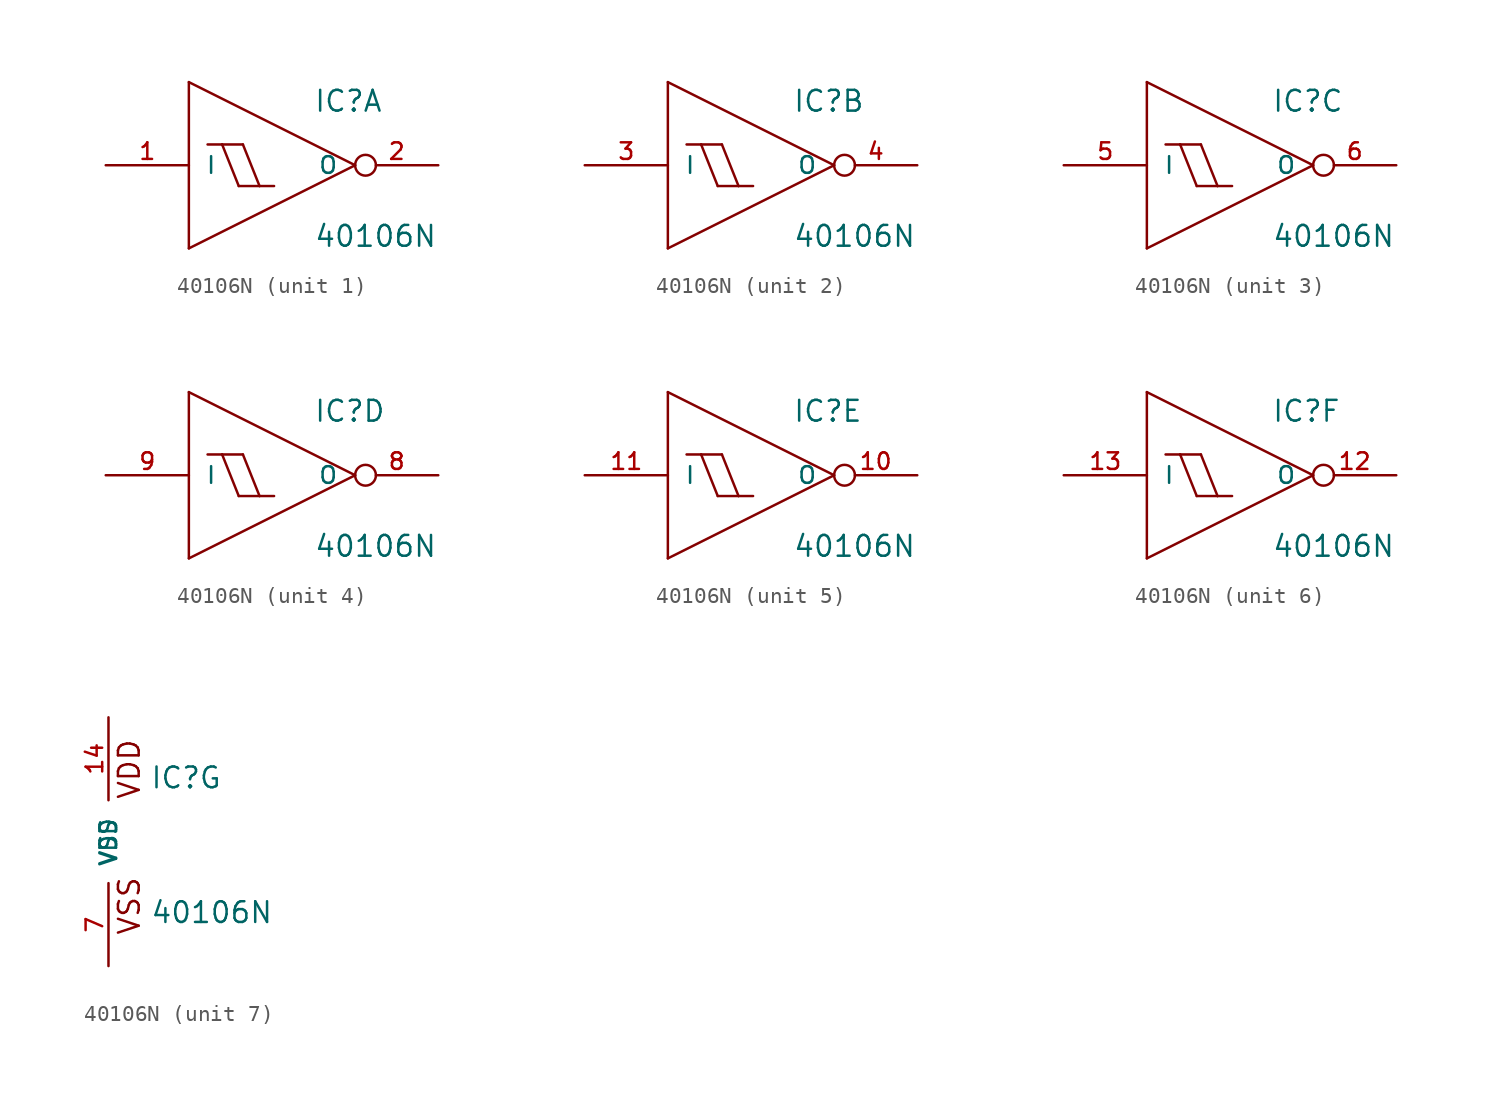
<source format=kicad_sym>
(kicad_symbol_lib
  (version 20211014)
  (generator kicad_symbol_editor)
  (symbol "40106N"
    (pin_names
      (offset 1.016))
    (property "Reference" "IC"
      (at 2.54 3.175 0)
      (effects (font (size 1.27 1.27)) (justify left bottom)))
    (property "Value" "40106N"
      (at 2.54 -5.08 0)
      (effects (font (size 1.27 1.27)) (justify left bottom)))
    (property "ki_locked" ""
      (at 0 0 0)
      (effects (font (size 1.27 1.27))))
    (symbol "40106N_1_0"
      (polyline (pts (xy -5.08 -5.08) (xy -5.08 5.08)) (stroke (width 0) (type default) (color 0 0 0 0)) (fill (type none)))
      (polyline (pts (xy -5.08 5.08) (xy 5.08 0)) (stroke (width 0) (type default) (color 0 0 0 0)) (fill (type none)))
      (polyline (pts (xy -3.937 1.27) (xy -3.048 1.27)) (stroke (width 0) (type default) (color 0 0 0 0)) (fill (type none)))
      (polyline (pts (xy -3.048 1.27) (xy -1.778 1.27)) (stroke (width 0) (type default) (color 0 0 0 0)) (fill (type none)))
      (polyline (pts (xy -2.032 -1.27) (xy -3.048 1.27)) (stroke (width 0) (type default) (color 0 0 0 0)) (fill (type none)))
      (polyline (pts (xy -2.032 -1.27) (xy -0.762 -1.27)) (stroke (width 0) (type default) (color 0 0 0 0)) (fill (type none)))
      (polyline (pts (xy -0.762 -1.27) (xy -1.778 1.27)) (stroke (width 0) (type default) (color 0 0 0 0)) (fill (type none)))
      (polyline (pts (xy -0.762 -1.27) (xy 0.127 -1.27)) (stroke (width 0) (type default) (color 0 0 0 0)) (fill (type none)))
      (polyline (pts (xy 5.08 0) (xy -5.08 -5.08)) (stroke (width 0) (type default) (color 0 0 0 0)) (fill (type none))))
    (symbol "40106N_1_1"
      (pin input line (at -10.16 0 0) (length 5.08) (name "I" (effects (font (size 1.016 1.016)))) (number "1" (effects (font (size 1.016 1.016)))))
      (pin output inverted (at 10.16 0 180) (length 5.08) (name "O" (effects (font (size 1.016 1.016)))) (number "2" (effects (font (size 1.016 1.016))))))
    (symbol "40106N_2_0"
      (polyline (pts (xy -5.08 -5.08) (xy -5.08 5.08)) (stroke (width 0) (type default) (color 0 0 0 0)) (fill (type none)))
      (polyline (pts (xy -5.08 5.08) (xy 5.08 0)) (stroke (width 0) (type default) (color 0 0 0 0)) (fill (type none)))
      (polyline (pts (xy -3.937 1.27) (xy -3.048 1.27)) (stroke (width 0) (type default) (color 0 0 0 0)) (fill (type none)))
      (polyline (pts (xy -3.048 1.27) (xy -1.778 1.27)) (stroke (width 0) (type default) (color 0 0 0 0)) (fill (type none)))
      (polyline (pts (xy -2.032 -1.27) (xy -3.048 1.27)) (stroke (width 0) (type default) (color 0 0 0 0)) (fill (type none)))
      (polyline (pts (xy -2.032 -1.27) (xy -0.762 -1.27)) (stroke (width 0) (type default) (color 0 0 0 0)) (fill (type none)))
      (polyline (pts (xy -0.762 -1.27) (xy -1.778 1.27)) (stroke (width 0) (type default) (color 0 0 0 0)) (fill (type none)))
      (polyline (pts (xy -0.762 -1.27) (xy 0.127 -1.27)) (stroke (width 0) (type default) (color 0 0 0 0)) (fill (type none)))
      (polyline (pts (xy 5.08 0) (xy -5.08 -5.08)) (stroke (width 0) (type default) (color 0 0 0 0)) (fill (type none))))
    (symbol "40106N_2_1"
      (pin input line (at -10.16 0 0) (length 5.08) (name "I" (effects (font (size 1.016 1.016)))) (number "3" (effects (font (size 1.016 1.016)))))
      (pin output inverted (at 10.16 0 180) (length 5.08) (name "O" (effects (font (size 1.016 1.016)))) (number "4" (effects (font (size 1.016 1.016))))))
    (symbol "40106N_3_0"
      (polyline (pts (xy -5.08 -5.08) (xy -5.08 5.08)) (stroke (width 0) (type default) (color 0 0 0 0)) (fill (type none)))
      (polyline (pts (xy -5.08 5.08) (xy 5.08 0)) (stroke (width 0) (type default) (color 0 0 0 0)) (fill (type none)))
      (polyline (pts (xy -3.937 1.27) (xy -3.048 1.27)) (stroke (width 0) (type default) (color 0 0 0 0)) (fill (type none)))
      (polyline (pts (xy -3.048 1.27) (xy -1.778 1.27)) (stroke (width 0) (type default) (color 0 0 0 0)) (fill (type none)))
      (polyline (pts (xy -2.032 -1.27) (xy -3.048 1.27)) (stroke (width 0) (type default) (color 0 0 0 0)) (fill (type none)))
      (polyline (pts (xy -2.032 -1.27) (xy -0.762 -1.27)) (stroke (width 0) (type default) (color 0 0 0 0)) (fill (type none)))
      (polyline (pts (xy -0.762 -1.27) (xy -1.778 1.27)) (stroke (width 0) (type default) (color 0 0 0 0)) (fill (type none)))
      (polyline (pts (xy -0.762 -1.27) (xy 0.127 -1.27)) (stroke (width 0) (type default) (color 0 0 0 0)) (fill (type none)))
      (polyline (pts (xy 5.08 0) (xy -5.08 -5.08)) (stroke (width 0) (type default) (color 0 0 0 0)) (fill (type none))))
    (symbol "40106N_3_1"
      (pin input line (at -10.16 0 0) (length 5.08) (name "I" (effects (font (size 1.016 1.016)))) (number "5" (effects (font (size 1.016 1.016)))))
      (pin output inverted (at 10.16 0 180) (length 5.08) (name "O" (effects (font (size 1.016 1.016)))) (number "6" (effects (font (size 1.016 1.016))))))
    (symbol "40106N_4_0"
      (polyline (pts (xy -5.08 -5.08) (xy -5.08 5.08)) (stroke (width 0) (type default) (color 0 0 0 0)) (fill (type none)))
      (polyline (pts (xy -5.08 5.08) (xy 5.08 0)) (stroke (width 0) (type default) (color 0 0 0 0)) (fill (type none)))
      (polyline (pts (xy -3.937 1.27) (xy -3.048 1.27)) (stroke (width 0) (type default) (color 0 0 0 0)) (fill (type none)))
      (polyline (pts (xy -3.048 1.27) (xy -1.778 1.27)) (stroke (width 0) (type default) (color 0 0 0 0)) (fill (type none)))
      (polyline (pts (xy -2.032 -1.27) (xy -3.048 1.27)) (stroke (width 0) (type default) (color 0 0 0 0)) (fill (type none)))
      (polyline (pts (xy -2.032 -1.27) (xy -0.762 -1.27)) (stroke (width 0) (type default) (color 0 0 0 0)) (fill (type none)))
      (polyline (pts (xy -0.762 -1.27) (xy -1.778 1.27)) (stroke (width 0) (type default) (color 0 0 0 0)) (fill (type none)))
      (polyline (pts (xy -0.762 -1.27) (xy 0.127 -1.27)) (stroke (width 0) (type default) (color 0 0 0 0)) (fill (type none)))
      (polyline (pts (xy 5.08 0) (xy -5.08 -5.08)) (stroke (width 0) (type default) (color 0 0 0 0)) (fill (type none))))
    (symbol "40106N_4_1"
      (pin output inverted (at 10.16 0 180) (length 5.08) (name "O" (effects (font (size 1.016 1.016)))) (number "8" (effects (font (size 1.016 1.016)))))
      (pin input line (at -10.16 0 0) (length 5.08) (name "I" (effects (font (size 1.016 1.016)))) (number "9" (effects (font (size 1.016 1.016))))))
    (symbol "40106N_5_0"
      (polyline (pts (xy -5.08 -5.08) (xy -5.08 5.08)) (stroke (width 0) (type default) (color 0 0 0 0)) (fill (type none)))
      (polyline (pts (xy -5.08 5.08) (xy 5.08 0)) (stroke (width 0) (type default) (color 0 0 0 0)) (fill (type none)))
      (polyline (pts (xy -3.937 1.27) (xy -3.048 1.27)) (stroke (width 0) (type default) (color 0 0 0 0)) (fill (type none)))
      (polyline (pts (xy -3.048 1.27) (xy -1.778 1.27)) (stroke (width 0) (type default) (color 0 0 0 0)) (fill (type none)))
      (polyline (pts (xy -2.032 -1.27) (xy -3.048 1.27)) (stroke (width 0) (type default) (color 0 0 0 0)) (fill (type none)))
      (polyline (pts (xy -2.032 -1.27) (xy -0.762 -1.27)) (stroke (width 0) (type default) (color 0 0 0 0)) (fill (type none)))
      (polyline (pts (xy -0.762 -1.27) (xy -1.778 1.27)) (stroke (width 0) (type default) (color 0 0 0 0)) (fill (type none)))
      (polyline (pts (xy -0.762 -1.27) (xy 0.127 -1.27)) (stroke (width 0) (type default) (color 0 0 0 0)) (fill (type none)))
      (polyline (pts (xy 5.08 0) (xy -5.08 -5.08)) (stroke (width 0) (type default) (color 0 0 0 0)) (fill (type none))))
    (symbol "40106N_5_1"
      (pin output inverted (at 10.16 0 180) (length 5.08) (name "O" (effects (font (size 1.016 1.016)))) (number "10" (effects (font (size 1.016 1.016)))))
      (pin input line (at -10.16 0 0) (length 5.08) (name "I" (effects (font (size 1.016 1.016)))) (number "11" (effects (font (size 1.016 1.016))))))
    (symbol "40106N_6_0"
      (polyline (pts (xy -5.08 -5.08) (xy -5.08 5.08)) (stroke (width 0) (type default) (color 0 0 0 0)) (fill (type none)))
      (polyline (pts (xy -5.08 5.08) (xy 5.08 0)) (stroke (width 0) (type default) (color 0 0 0 0)) (fill (type none)))
      (polyline (pts (xy -3.937 1.27) (xy -3.048 1.27)) (stroke (width 0) (type default) (color 0 0 0 0)) (fill (type none)))
      (polyline (pts (xy -3.048 1.27) (xy -1.778 1.27)) (stroke (width 0) (type default) (color 0 0 0 0)) (fill (type none)))
      (polyline (pts (xy -2.032 -1.27) (xy -3.048 1.27)) (stroke (width 0) (type default) (color 0 0 0 0)) (fill (type none)))
      (polyline (pts (xy -2.032 -1.27) (xy -0.762 -1.27)) (stroke (width 0) (type default) (color 0 0 0 0)) (fill (type none)))
      (polyline (pts (xy -0.762 -1.27) (xy -1.778 1.27)) (stroke (width 0) (type default) (color 0 0 0 0)) (fill (type none)))
      (polyline (pts (xy -0.762 -1.27) (xy 0.127 -1.27)) (stroke (width 0) (type default) (color 0 0 0 0)) (fill (type none)))
      (polyline (pts (xy 5.08 0) (xy -5.08 -5.08)) (stroke (width 0) (type default) (color 0 0 0 0)) (fill (type none))))
    (symbol "40106N_6_1"
      (pin output inverted (at 10.16 0 180) (length 5.08) (name "O" (effects (font (size 1.016 1.016)))) (number "12" (effects (font (size 1.016 1.016)))))
      (pin input line (at -10.16 0 0) (length 5.08) (name "I" (effects (font (size 1.016 1.016)))) (number "13" (effects (font (size 1.016 1.016))))))
    (symbol "40106N_7_0"
      (text "VDD" (at 1.27 4.445 1) (effects (font (size 1.27 1.27))))
      (text "VSS" (at 1.27 -3.937 1) (effects (font (size 1.27 1.27)))))
    (symbol "40106N_7_1"
      (pin power_in line (at 0 7.62 270) (length 5.08) (name "VDD" (effects (font (size 1.016 1.016)))) (number "14" (effects (font (size 1.016 1.016)))))
      (pin power_in line (at 0 -7.62 90) (length 5.08) (name "VSS" (effects (font (size 1.016 1.016)))) (number "7" (effects (font (size 1.016 1.016))))))))
</source>
